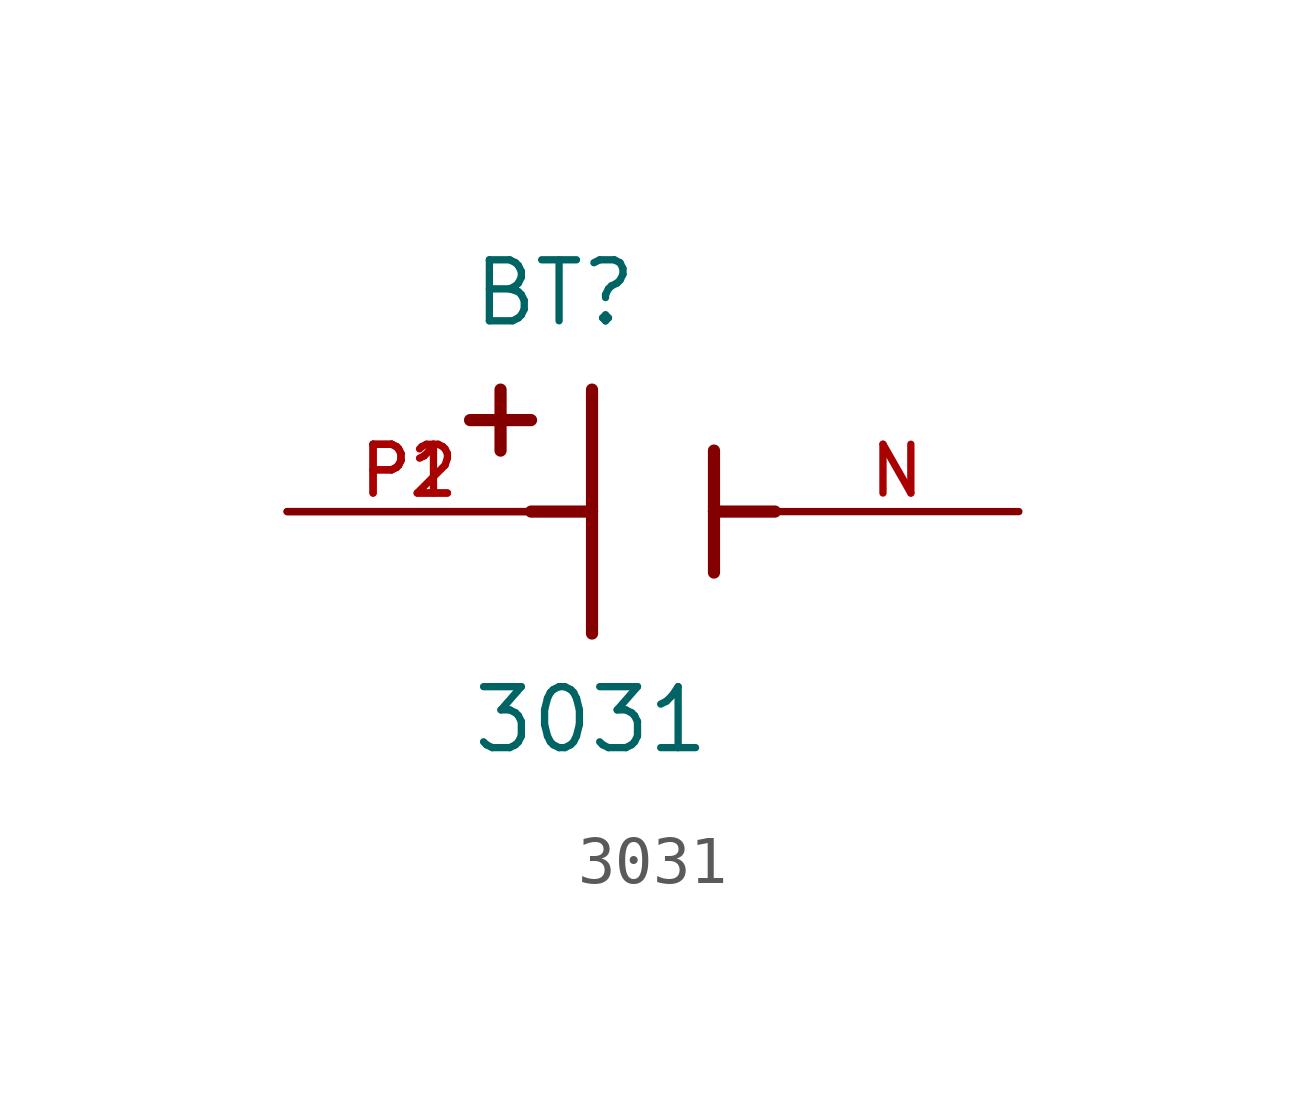
<source format=kicad_sym>
(kicad_symbol_lib
  (version 20211014)
  (generator kicad_symbol_editor)
  (symbol "3031"
    (pin_names
      (offset 1.016))
    (property "Reference" "BT"
      (at -3.81 3.81 0)
      (effects (font (size 1.27 1.27)) (justify bottom left)))
    (property "Value" "3031"
      (at -3.81 -5.08 0)
      (effects (font (size 1.27 1.27)) (justify bottom left)))
    (symbol "3031_0_0"
      (polyline (pts (xy -1.27 2.54) (xy -1.27 0.0)) (stroke (width 0.254)))
      (polyline (pts (xy -1.27 0.0) (xy -1.27 -2.54)) (stroke (width 0.254)))
      (polyline (pts (xy 1.27 1.27) (xy 1.27 0.0)) (stroke (width 0.254)))
      (polyline (pts (xy 1.27 0.0) (xy 1.27 -1.27)) (stroke (width 0.254)))
      (polyline (pts (xy -1.27 0.0) (xy -2.54 0.0)) (stroke (width 0.254)))
      (polyline (pts (xy 1.27 0.0) (xy 2.54 0.0)) (stroke (width 0.254)))
      (polyline (pts (xy -3.175 2.54) (xy -3.175 1.27)) (stroke (width 0.254)))
      (polyline (pts (xy -3.81 1.905) (xy -2.54 1.905)) (stroke (width 0.254)))
      (pin passive line (at -7.62 0.0 0) (length 5.08) (name "~" (effects (font (size 1.016 1.016)))) (number "P1" (effects (font (size 1.016 1.016)))))
      (pin passive line (at -7.62 0.0 0) (length 5.08) (name "~" (effects (font (size 1.016 1.016)))) (number "P2" (effects (font (size 1.016 1.016)))))
      (pin passive line (at 7.62 0.0 180.0) (length 5.08) (name "~" (effects (font (size 1.016 1.016)))) (number "N" (effects (font (size 1.016 1.016))))))))
</source>
